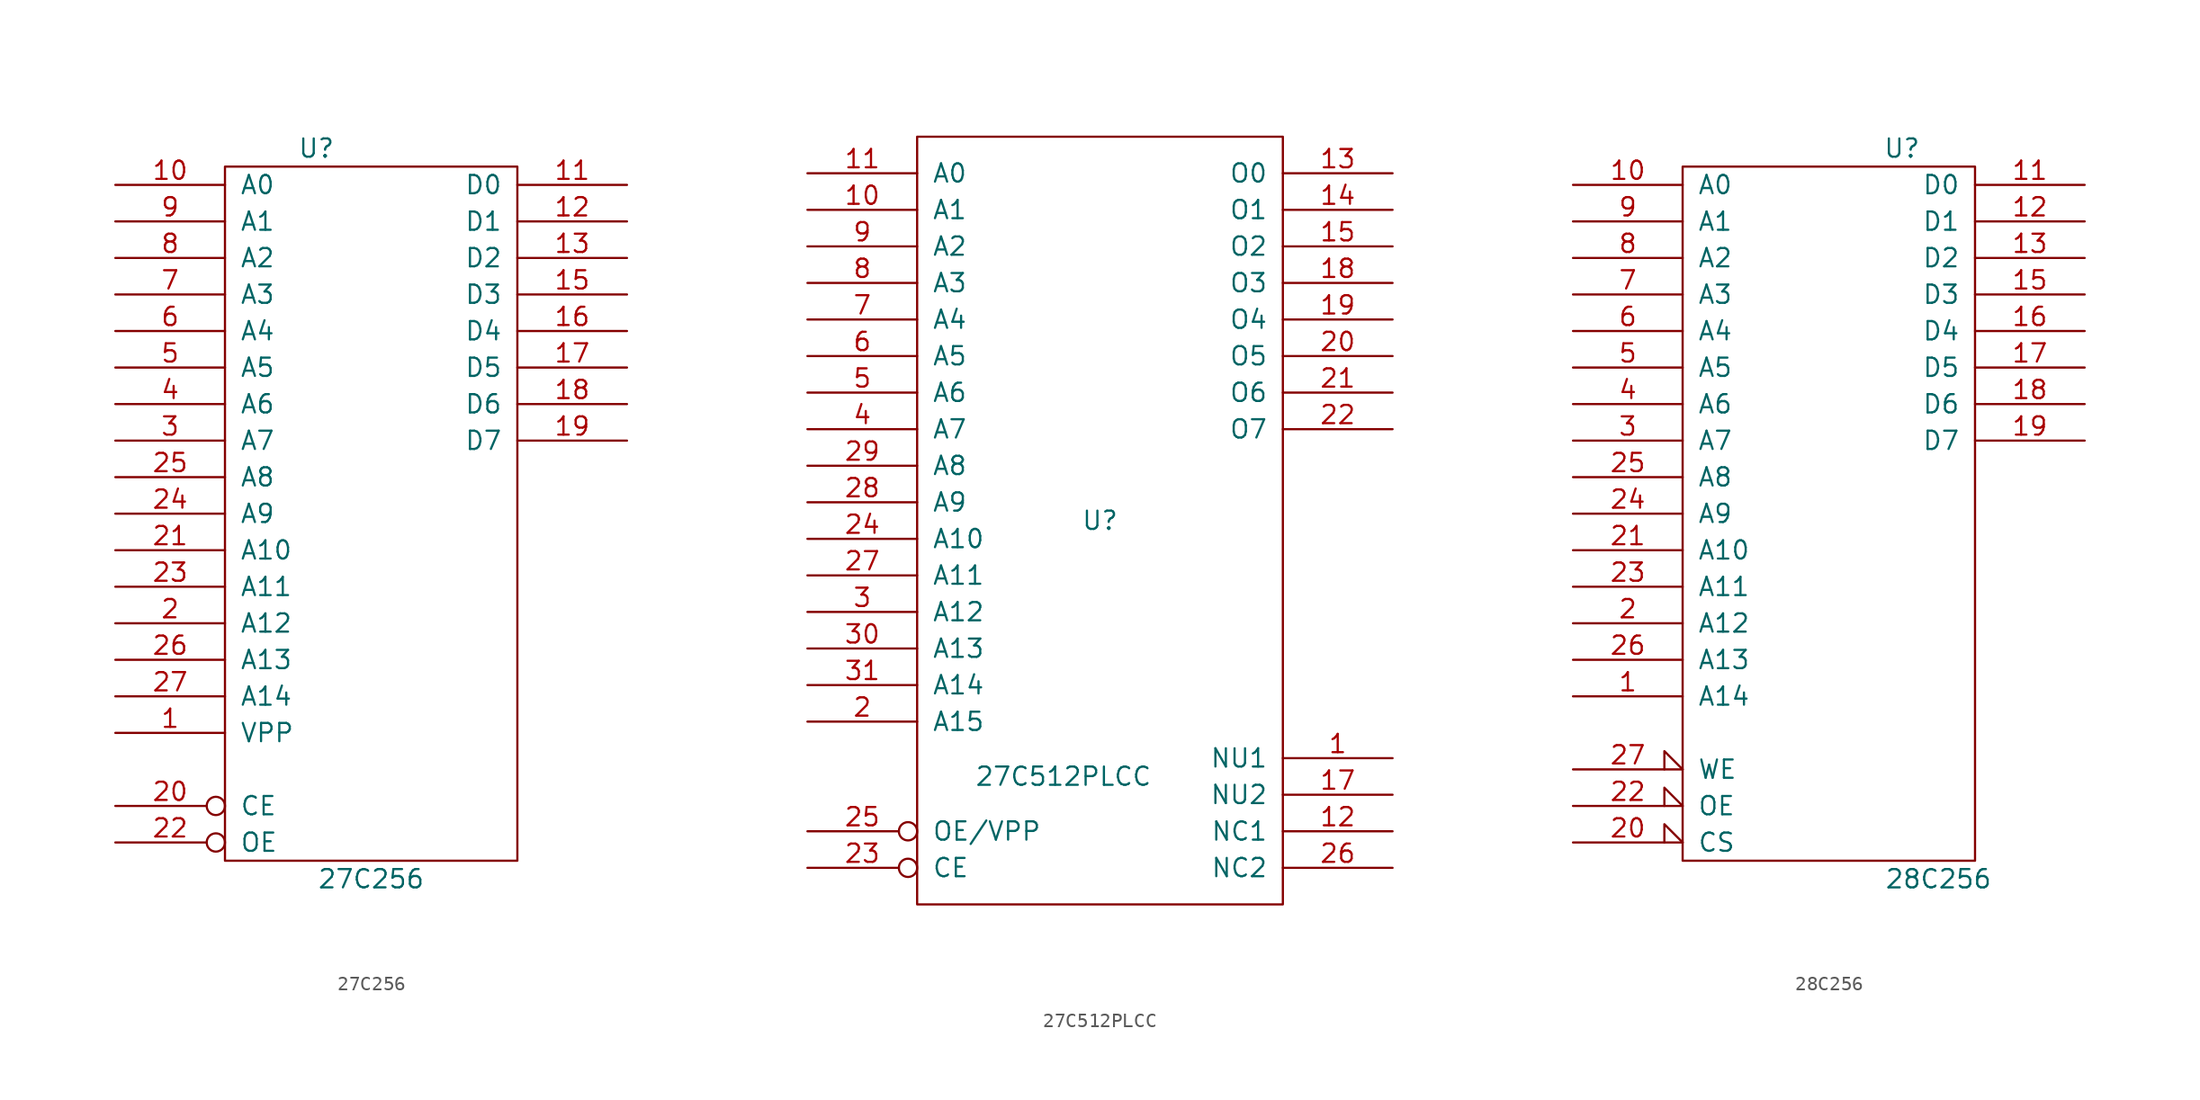
<source format=kicad_sym>
(kicad_symbol_lib
  (version 20231120)
  (generator "kicad_symbol_editor")
  (generator_version "8.0")
  (symbol "27C256"
    (pin_names
      (offset 1.016))
    (property "Reference" "U"
      (at -3.81 25.4 0)
      (effects (font (size 1.27 1.27))))
    (property "Value" "27C256"
      (at 0 -25.4 0)
      (effects (font (size 1.27 1.27))))
    (property "Footprint" ""
      (at 0 0 0)
      (effects (font (size 1.27 1.27))))
    (property "Datasheet" ""
      (at 0 0 0)
      (effects (font (size 1.27 1.27))))
    (symbol "27C256_0_0"
      (pin power_in line (at 0 -25.4 90) (length 1.27) hide (name "GND" (effects (font (size 1.27 1.27)))) (number "14" (effects (font (size 1.27 1.27)))))
      (pin power_in line (at 0 25.4 270) (length 1.27) hide (name "VCC" (effects (font (size 1.27 1.27)))) (number "28" (effects (font (size 1.27 1.27))))))
    (symbol "27C256_0_1"
      (rectangle (start -10.16 24.13) (end 10.16 -24.13) (stroke (width 0) (type solid)) (fill (type none))))
    (symbol "27C256_1_1"
      (pin input line (at -17.78 -15.24 0) (length 7.62) (name "VPP" (effects (font (size 1.27 1.27)))) (number "1" (effects (font (size 1.27 1.27)))))
      (pin input line (at -17.78 22.86 0) (length 7.62) (name "A0" (effects (font (size 1.27 1.27)))) (number "10" (effects (font (size 1.27 1.27)))))
      (pin tri_state line (at 17.78 22.86 180) (length 7.62) (name "D0" (effects (font (size 1.27 1.27)))) (number "11" (effects (font (size 1.27 1.27)))))
      (pin tri_state line (at 17.78 20.32 180) (length 7.62) (name "D1" (effects (font (size 1.27 1.27)))) (number "12" (effects (font (size 1.27 1.27)))))
      (pin tri_state line (at 17.78 17.78 180) (length 7.62) (name "D2" (effects (font (size 1.27 1.27)))) (number "13" (effects (font (size 1.27 1.27)))))
      (pin tri_state line (at 17.78 15.24 180) (length 7.62) (name "D3" (effects (font (size 1.27 1.27)))) (number "15" (effects (font (size 1.27 1.27)))))
      (pin tri_state line (at 17.78 12.7 180) (length 7.62) (name "D4" (effects (font (size 1.27 1.27)))) (number "16" (effects (font (size 1.27 1.27)))))
      (pin tri_state line (at 17.78 10.16 180) (length 7.62) (name "D5" (effects (font (size 1.27 1.27)))) (number "17" (effects (font (size 1.27 1.27)))))
      (pin tri_state line (at 17.78 7.62 180) (length 7.62) (name "D6" (effects (font (size 1.27 1.27)))) (number "18" (effects (font (size 1.27 1.27)))))
      (pin tri_state line (at 17.78 5.08 180) (length 7.62) (name "D7" (effects (font (size 1.27 1.27)))) (number "19" (effects (font (size 1.27 1.27)))))
      (pin input line (at -17.78 -7.62 0) (length 7.62) (name "A12" (effects (font (size 1.27 1.27)))) (number "2" (effects (font (size 1.27 1.27)))))
      (pin input inverted (at -17.78 -20.32 0) (length 7.62) (name "CE" (effects (font (size 1.27 1.27)))) (number "20" (effects (font (size 1.27 1.27)))))
      (pin input line (at -17.78 -2.54 0) (length 7.62) (name "A10" (effects (font (size 1.27 1.27)))) (number "21" (effects (font (size 1.27 1.27)))))
      (pin input inverted (at -17.78 -22.86 0) (length 7.62) (name "OE" (effects (font (size 1.27 1.27)))) (number "22" (effects (font (size 1.27 1.27)))))
      (pin input line (at -17.78 -5.08 0) (length 7.62) (name "A11" (effects (font (size 1.27 1.27)))) (number "23" (effects (font (size 1.27 1.27)))))
      (pin input line (at -17.78 0 0) (length 7.62) (name "A9" (effects (font (size 1.27 1.27)))) (number "24" (effects (font (size 1.27 1.27)))))
      (pin input line (at -17.78 2.54 0) (length 7.62) (name "A8" (effects (font (size 1.27 1.27)))) (number "25" (effects (font (size 1.27 1.27)))))
      (pin input line (at -17.78 -10.16 0) (length 7.62) (name "A13" (effects (font (size 1.27 1.27)))) (number "26" (effects (font (size 1.27 1.27)))))
      (pin input line (at -17.78 -12.7 0) (length 7.62) (name "A14" (effects (font (size 1.27 1.27)))) (number "27" (effects (font (size 1.27 1.27)))))
      (pin input line (at -17.78 5.08 0) (length 7.62) (name "A7" (effects (font (size 1.27 1.27)))) (number "3" (effects (font (size 1.27 1.27)))))
      (pin input line (at -17.78 7.62 0) (length 7.62) (name "A6" (effects (font (size 1.27 1.27)))) (number "4" (effects (font (size 1.27 1.27)))))
      (pin input line (at -17.78 10.16 0) (length 7.62) (name "A5" (effects (font (size 1.27 1.27)))) (number "5" (effects (font (size 1.27 1.27)))))
      (pin input line (at -17.78 12.7 0) (length 7.62) (name "A4" (effects (font (size 1.27 1.27)))) (number "6" (effects (font (size 1.27 1.27)))))
      (pin input line (at -17.78 15.24 0) (length 7.62) (name "A3" (effects (font (size 1.27 1.27)))) (number "7" (effects (font (size 1.27 1.27)))))
      (pin input line (at -17.78 17.78 0) (length 7.62) (name "A2" (effects (font (size 1.27 1.27)))) (number "8" (effects (font (size 1.27 1.27)))))
      (pin input line (at -17.78 20.32 0) (length 7.62) (name "A1" (effects (font (size 1.27 1.27)))) (number "9" (effects (font (size 1.27 1.27)))))))
  (symbol "27C512PLCC"
    (pin_names
      (offset 1.016))
    (property "Reference" "U"
      (at 0 0 0)
      (effects (font (size 1.27 1.27))))
    (property "Value" "27C512PLCC"
      (at -2.54 -17.78 0)
      (effects (font (size 1.27 1.27))))
    (property "Footprint" ""
      (at 0 0 0)
      (effects (font (size 1.27 1.27))))
    (property "Datasheet" ""
      (at 0 0 0)
      (effects (font (size 1.27 1.27))))
    (symbol "27C512PLCC_0_0"
      (pin power_in line (at -10.16 -27.94 90) (length 1.27) hide (name "GND" (effects (font (size 1.27 1.27)))) (number "16" (effects (font (size 1.27 1.27)))))
      (pin power_in line (at -10.16 25.4 90) (length 1.27) hide (name "VCC" (effects (font (size 1.27 1.27)))) (number "32" (effects (font (size 1.27 1.27))))))
    (symbol "27C512PLCC_0_1"
      (rectangle (start -12.7 -26.67) (end 12.7 26.67) (stroke (width 0) (type solid)) (fill (type none))))
    (symbol "27C512PLCC_1_1"
      (pin passive line (at 20.32 -16.51 180) (length 7.62) (name "NU1" (effects (font (size 1.27 1.27)))) (number "1" (effects (font (size 1.27 1.27)))))
      (pin input line (at -20.32 21.59 0) (length 7.62) (name "A1" (effects (font (size 1.27 1.27)))) (number "10" (effects (font (size 1.27 1.27)))))
      (pin input line (at -20.32 24.13 0) (length 7.62) (name "A0" (effects (font (size 1.27 1.27)))) (number "11" (effects (font (size 1.27 1.27)))))
      (pin passive line (at 20.32 -21.59 180) (length 7.62) (name "NC1" (effects (font (size 1.27 1.27)))) (number "12" (effects (font (size 1.27 1.27)))))
      (pin tri_state line (at 20.32 24.13 180) (length 7.62) (name "O0" (effects (font (size 1.27 1.27)))) (number "13" (effects (font (size 1.27 1.27)))))
      (pin tri_state line (at 20.32 21.59 180) (length 7.62) (name "O1" (effects (font (size 1.27 1.27)))) (number "14" (effects (font (size 1.27 1.27)))))
      (pin tri_state line (at 20.32 19.05 180) (length 7.62) (name "O2" (effects (font (size 1.27 1.27)))) (number "15" (effects (font (size 1.27 1.27)))))
      (pin passive line (at 20.32 -19.05 180) (length 7.62) (name "NU2" (effects (font (size 1.27 1.27)))) (number "17" (effects (font (size 1.27 1.27)))))
      (pin tri_state line (at 20.32 16.51 180) (length 7.62) (name "O3" (effects (font (size 1.27 1.27)))) (number "18" (effects (font (size 1.27 1.27)))))
      (pin tri_state line (at 20.32 13.97 180) (length 7.62) (name "O4" (effects (font (size 1.27 1.27)))) (number "19" (effects (font (size 1.27 1.27)))))
      (pin input line (at -20.32 -13.97 0) (length 7.62) (name "A15" (effects (font (size 1.27 1.27)))) (number "2" (effects (font (size 1.27 1.27)))))
      (pin tri_state line (at 20.32 11.43 180) (length 7.62) (name "O5" (effects (font (size 1.27 1.27)))) (number "20" (effects (font (size 1.27 1.27)))))
      (pin tri_state line (at 20.32 8.89 180) (length 7.62) (name "O6" (effects (font (size 1.27 1.27)))) (number "21" (effects (font (size 1.27 1.27)))))
      (pin tri_state line (at 20.32 6.35 180) (length 7.62) (name "O7" (effects (font (size 1.27 1.27)))) (number "22" (effects (font (size 1.27 1.27)))))
      (pin input inverted (at -20.32 -24.13 0) (length 7.62) (name "CE" (effects (font (size 1.27 1.27)))) (number "23" (effects (font (size 1.27 1.27)))))
      (pin input line (at -20.32 -1.27 0) (length 7.62) (name "A10" (effects (font (size 1.27 1.27)))) (number "24" (effects (font (size 1.27 1.27)))))
      (pin input inverted (at -20.32 -21.59 0) (length 7.62) (name "OE/VPP" (effects (font (size 1.27 1.27)))) (number "25" (effects (font (size 1.27 1.27)))))
      (pin passive line (at 20.32 -24.13 180) (length 7.62) (name "NC2" (effects (font (size 1.27 1.27)))) (number "26" (effects (font (size 1.27 1.27)))))
      (pin input line (at -20.32 -3.81 0) (length 7.62) (name "A11" (effects (font (size 1.27 1.27)))) (number "27" (effects (font (size 1.27 1.27)))))
      (pin input line (at -20.32 1.27 0) (length 7.62) (name "A9" (effects (font (size 1.27 1.27)))) (number "28" (effects (font (size 1.27 1.27)))))
      (pin input line (at -20.32 3.81 0) (length 7.62) (name "A8" (effects (font (size 1.27 1.27)))) (number "29" (effects (font (size 1.27 1.27)))))
      (pin input line (at -20.32 -6.35 0) (length 7.62) (name "A12" (effects (font (size 1.27 1.27)))) (number "3" (effects (font (size 1.27 1.27)))))
      (pin input line (at -20.32 -8.89 0) (length 7.62) (name "A13" (effects (font (size 1.27 1.27)))) (number "30" (effects (font (size 1.27 1.27)))))
      (pin input line (at -20.32 -11.43 0) (length 7.62) (name "A14" (effects (font (size 1.27 1.27)))) (number "31" (effects (font (size 1.27 1.27)))))
      (pin input line (at -20.32 6.35 0) (length 7.62) (name "A7" (effects (font (size 1.27 1.27)))) (number "4" (effects (font (size 1.27 1.27)))))
      (pin input line (at -20.32 8.89 0) (length 7.62) (name "A6" (effects (font (size 1.27 1.27)))) (number "5" (effects (font (size 1.27 1.27)))))
      (pin input line (at -20.32 11.43 0) (length 7.62) (name "A5" (effects (font (size 1.27 1.27)))) (number "6" (effects (font (size 1.27 1.27)))))
      (pin input line (at -20.32 13.97 0) (length 7.62) (name "A4" (effects (font (size 1.27 1.27)))) (number "7" (effects (font (size 1.27 1.27)))))
      (pin input line (at -20.32 16.51 0) (length 7.62) (name "A3" (effects (font (size 1.27 1.27)))) (number "8" (effects (font (size 1.27 1.27)))))
      (pin input line (at -20.32 19.05 0) (length 7.62) (name "A2" (effects (font (size 1.27 1.27)))) (number "9" (effects (font (size 1.27 1.27)))))))
  (symbol "28C256"
    (pin_names
      (offset 1.016))
    (property "Reference" "U"
      (at 5.08 25.4 0)
      (effects (font (size 1.27 1.27))))
    (property "Value" "28C256"
      (at 7.62 -25.4 0)
      (effects (font (size 1.27 1.27))))
    (property "Footprint" ""
      (at 0 0 0)
      (effects (font (size 1.27 1.27))))
    (property "Datasheet" ""
      (at 0 0 0)
      (effects (font (size 1.27 1.27))))
    (symbol "28C256_0_0"
      (pin power_in line (at 0 -25.4 90) (length 1.27) hide (name "GND" (effects (font (size 1.27 1.27)))) (number "14" (effects (font (size 1.27 1.27)))))
      (pin power_in line (at 0 25.4 270) (length 1.27) hide (name "VCC" (effects (font (size 1.27 1.27)))) (number "28" (effects (font (size 1.27 1.27))))))
    (symbol "28C256_0_1"
      (rectangle (start -10.16 24.13) (end 10.16 -24.13) (stroke (width 0) (type solid)) (fill (type none))))
    (symbol "28C256_1_1"
      (pin input line (at -17.78 -12.7 0) (length 7.62) (name "A14" (effects (font (size 1.27 1.27)))) (number "1" (effects (font (size 1.27 1.27)))))
      (pin input line (at -17.78 22.86 0) (length 7.62) (name "A0" (effects (font (size 1.27 1.27)))) (number "10" (effects (font (size 1.27 1.27)))))
      (pin tri_state line (at 17.78 22.86 180) (length 7.62) (name "D0" (effects (font (size 1.27 1.27)))) (number "11" (effects (font (size 1.27 1.27)))))
      (pin tri_state line (at 17.78 20.32 180) (length 7.62) (name "D1" (effects (font (size 1.27 1.27)))) (number "12" (effects (font (size 1.27 1.27)))))
      (pin tri_state line (at 17.78 17.78 180) (length 7.62) (name "D2" (effects (font (size 1.27 1.27)))) (number "13" (effects (font (size 1.27 1.27)))))
      (pin tri_state line (at 17.78 15.24 180) (length 7.62) (name "D3" (effects (font (size 1.27 1.27)))) (number "15" (effects (font (size 1.27 1.27)))))
      (pin tri_state line (at 17.78 12.7 180) (length 7.62) (name "D4" (effects (font (size 1.27 1.27)))) (number "16" (effects (font (size 1.27 1.27)))))
      (pin tri_state line (at 17.78 10.16 180) (length 7.62) (name "D5" (effects (font (size 1.27 1.27)))) (number "17" (effects (font (size 1.27 1.27)))))
      (pin tri_state line (at 17.78 7.62 180) (length 7.62) (name "D6" (effects (font (size 1.27 1.27)))) (number "18" (effects (font (size 1.27 1.27)))))
      (pin tri_state line (at 17.78 5.08 180) (length 7.62) (name "D7" (effects (font (size 1.27 1.27)))) (number "19" (effects (font (size 1.27 1.27)))))
      (pin input line (at -17.78 -7.62 0) (length 7.62) (name "A12" (effects (font (size 1.27 1.27)))) (number "2" (effects (font (size 1.27 1.27)))))
      (pin input input_low (at -17.78 -22.86 0) (length 7.62) (name "CS" (effects (font (size 1.27 1.27)))) (number "20" (effects (font (size 1.27 1.27)))))
      (pin input line (at -17.78 -2.54 0) (length 7.62) (name "A10" (effects (font (size 1.27 1.27)))) (number "21" (effects (font (size 1.27 1.27)))))
      (pin input input_low (at -17.78 -20.32 0) (length 7.62) (name "OE" (effects (font (size 1.27 1.27)))) (number "22" (effects (font (size 1.27 1.27)))))
      (pin input line (at -17.78 -5.08 0) (length 7.62) (name "A11" (effects (font (size 1.27 1.27)))) (number "23" (effects (font (size 1.27 1.27)))))
      (pin input line (at -17.78 0 0) (length 7.62) (name "A9" (effects (font (size 1.27 1.27)))) (number "24" (effects (font (size 1.27 1.27)))))
      (pin input line (at -17.78 2.54 0) (length 7.62) (name "A8" (effects (font (size 1.27 1.27)))) (number "25" (effects (font (size 1.27 1.27)))))
      (pin input line (at -17.78 -10.16 0) (length 7.62) (name "A13" (effects (font (size 1.27 1.27)))) (number "26" (effects (font (size 1.27 1.27)))))
      (pin input input_low (at -17.78 -17.78 0) (length 7.62) (name "WE" (effects (font (size 1.27 1.27)))) (number "27" (effects (font (size 1.27 1.27)))))
      (pin input line (at -17.78 5.08 0) (length 7.62) (name "A7" (effects (font (size 1.27 1.27)))) (number "3" (effects (font (size 1.27 1.27)))))
      (pin input line (at -17.78 7.62 0) (length 7.62) (name "A6" (effects (font (size 1.27 1.27)))) (number "4" (effects (font (size 1.27 1.27)))))
      (pin input line (at -17.78 10.16 0) (length 7.62) (name "A5" (effects (font (size 1.27 1.27)))) (number "5" (effects (font (size 1.27 1.27)))))
      (pin input line (at -17.78 12.7 0) (length 7.62) (name "A4" (effects (font (size 1.27 1.27)))) (number "6" (effects (font (size 1.27 1.27)))))
      (pin input line (at -17.78 15.24 0) (length 7.62) (name "A3" (effects (font (size 1.27 1.27)))) (number "7" (effects (font (size 1.27 1.27)))))
      (pin input line (at -17.78 17.78 0) (length 7.62) (name "A2" (effects (font (size 1.27 1.27)))) (number "8" (effects (font (size 1.27 1.27)))))
      (pin input line (at -17.78 20.32 0) (length 7.62) (name "A1" (effects (font (size 1.27 1.27)))) (number "9" (effects (font (size 1.27 1.27))))))))
</source>
